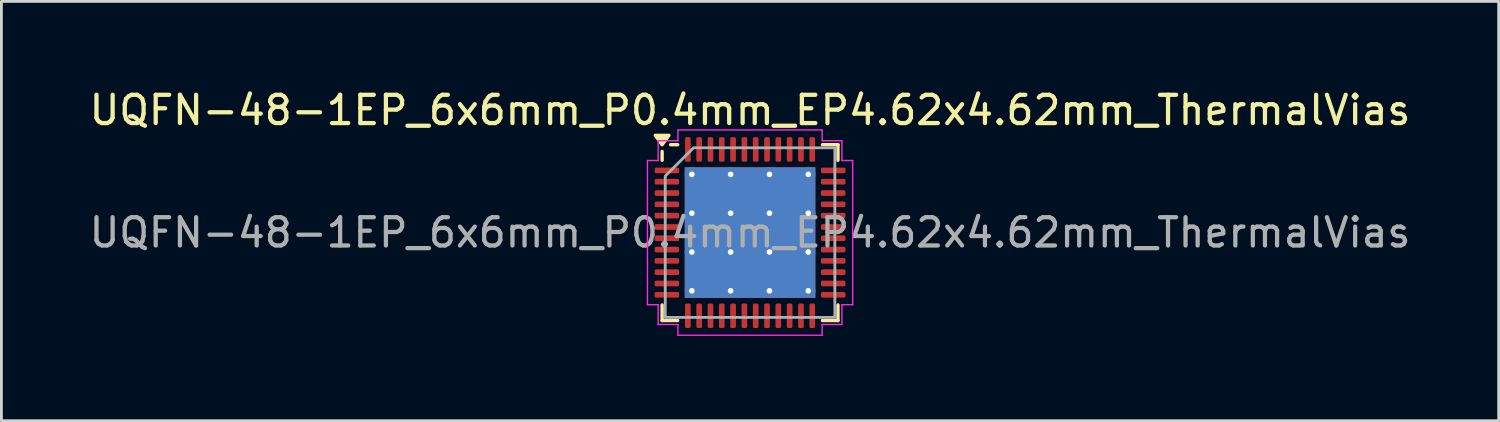
<source format=kicad_pcb>
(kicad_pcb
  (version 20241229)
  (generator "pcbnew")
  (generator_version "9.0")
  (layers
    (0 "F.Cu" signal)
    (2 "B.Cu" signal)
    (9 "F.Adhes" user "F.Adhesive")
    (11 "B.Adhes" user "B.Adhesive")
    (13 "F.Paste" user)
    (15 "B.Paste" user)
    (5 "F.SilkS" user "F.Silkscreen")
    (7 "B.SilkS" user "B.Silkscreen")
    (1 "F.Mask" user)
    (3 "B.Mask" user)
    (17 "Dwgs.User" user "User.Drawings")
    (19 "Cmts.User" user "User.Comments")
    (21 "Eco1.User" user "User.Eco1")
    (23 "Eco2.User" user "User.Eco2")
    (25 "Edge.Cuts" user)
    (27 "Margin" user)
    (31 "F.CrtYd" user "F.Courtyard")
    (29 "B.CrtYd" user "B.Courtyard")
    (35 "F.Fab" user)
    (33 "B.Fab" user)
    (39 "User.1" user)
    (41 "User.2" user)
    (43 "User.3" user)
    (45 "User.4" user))
  (footprint "UQFN-48-1EP_6x6mm_P0.4mm_EP4.62x4.62mm_ThermalVias"
    (layer "F.Cu")
    (at 23.482 5.178)
    (property "Reference" "UQFN-48-1EP_6x6mm_P0.4mm_EP4.62x4.62mm_ThermalVias" (at 0 -4.33 0) (layer "F.SilkS") (effects (font (size 1 1) (thickness 0.15))))
    (attr smd)
    (fp_line (start -3.11 -2.56) (end -3.11 -2.87) (stroke (width 0.12) (type solid)) (layer "F.SilkS"))
    (fp_line (start -3.11 3.11) (end -3.11 2.56) (stroke (width 0.12) (type solid)) (layer "F.SilkS"))
    (fp_line (start -2.56 -3.11) (end -2.81 -3.11) (stroke (width 0.12) (type solid)) (layer "F.SilkS"))
    (fp_line (start -2.56 3.11) (end -3.11 3.11) (stroke (width 0.12) (type solid)) (layer "F.SilkS"))
    (fp_line (start 2.56 -3.11) (end 3.11 -3.11) (stroke (width 0.12) (type solid)) (layer "F.SilkS"))
    (fp_line (start 2.56 3.11) (end 3.11 3.11) (stroke (width 0.12) (type solid)) (layer "F.SilkS"))
    (fp_line (start 3.11 -3.11) (end 3.11 -2.56) (stroke (width 0.12) (type solid)) (layer "F.SilkS"))
    (fp_line (start 3.11 3.11) (end 3.11 2.56) (stroke (width 0.12) (type solid)) (layer "F.SilkS"))
    (fp_poly (pts (xy -3.11 -3.11) (xy -3.35 -3.44) (xy -2.87 -3.44)) (stroke (width 0.12) (type solid)) (fill yes) (layer "F.SilkS"))
    (fp_line (start -3.63 -2.55) (end -3.25 -2.55) (stroke (width 0.05) (type solid)) (layer "F.CrtYd"))
    (fp_line (start -3.63 2.55) (end -3.63 -2.55) (stroke (width 0.05) (type solid)) (layer "F.CrtYd"))
    (fp_line (start -3.25 -3.25) (end -2.55 -3.25) (stroke (width 0.05) (type solid)) (layer "F.CrtYd"))
    (fp_line (start -3.25 -2.55) (end -3.25 -3.25) (stroke (width 0.05) (type solid)) (layer "F.CrtYd"))
    (fp_line (start -3.25 2.55) (end -3.63 2.55) (stroke (width 0.05) (type solid)) (layer "F.CrtYd"))
    (fp_line (start -3.25 3.25) (end -3.25 2.55) (stroke (width 0.05) (type solid)) (layer "F.CrtYd"))
    (fp_line (start -2.55 -3.63) (end 2.55 -3.63) (stroke (width 0.05) (type solid)) (layer "F.CrtYd"))
    (fp_line (start -2.55 -3.25) (end -2.55 -3.63) (stroke (width 0.05) (type solid)) (layer "F.CrtYd"))
    (fp_line (start -2.55 3.25) (end -3.25 3.25) (stroke (width 0.05) (type solid)) (layer "F.CrtYd"))
    (fp_line (start -2.55 3.63) (end -2.55 3.25) (stroke (width 0.05) (type solid)) (layer "F.CrtYd"))
    (fp_line (start 2.55 -3.63) (end 2.55 -3.25) (stroke (width 0.05) (type solid)) (layer "F.CrtYd"))
    (fp_line (start 2.55 -3.25) (end 3.25 -3.25) (stroke (width 0.05) (type solid)) (layer "F.CrtYd"))
    (fp_line (start 2.55 3.25) (end 2.55 3.63) (stroke (width 0.05) (type solid)) (layer "F.CrtYd"))
    (fp_line (start 2.55 3.63) (end -2.55 3.63) (stroke (width 0.05) (type solid)) (layer "F.CrtYd"))
    (fp_line (start 3.25 -3.25) (end 3.25 -2.55) (stroke (width 0.05) (type solid)) (layer "F.CrtYd"))
    (fp_line (start 3.25 -2.55) (end 3.63 -2.55) (stroke (width 0.05) (type solid)) (layer "F.CrtYd"))
    (fp_line (start 3.25 2.55) (end 3.25 3.25) (stroke (width 0.05) (type solid)) (layer "F.CrtYd"))
    (fp_line (start 3.25 3.25) (end 2.55 3.25) (stroke (width 0.05) (type solid)) (layer "F.CrtYd"))
    (fp_line (start 3.63 -2.55) (end 3.63 2.55) (stroke (width 0.05) (type solid)) (layer "F.CrtYd"))
    (fp_line (start 3.63 2.55) (end 3.25 2.55) (stroke (width 0.05) (type solid)) (layer "F.CrtYd"))
    (fp_poly (pts (xy -3 -2) (xy -3 3) (xy 3 3) (xy 3 -3) (xy -2 -3)) (stroke (width 0.1) (type solid)) (fill no) (layer "F.Fab"))
    (fp_text user "${REFERENCE}" (at 0 0 0) (layer "F.Fab") (effects (font (size 1 1) (thickness 0.15))))
    (pad "" smd roundrect (at -1.54 -1.54) (size 1.19 1.19) (layers "F.Paste") (roundrect_rratio 0.21))
    (pad "" smd roundrect (at -1.54 0) (size 1.19 1.19) (layers "F.Paste") (roundrect_rratio 0.21))
    (pad "" smd roundrect (at -1.54 1.54) (size 1.19 1.19) (layers "F.Paste") (roundrect_rratio 0.21))
    (pad "" smd roundrect (at 0 -1.54) (size 1.19 1.19) (layers "F.Paste") (roundrect_rratio 0.21))
    (pad "" smd roundrect (at 0 0) (size 1.19 1.19) (layers "F.Paste") (roundrect_rratio 0.21))
    (pad "" smd roundrect (at 0 1.54) (size 1.19 1.19) (layers "F.Paste") (roundrect_rratio 0.21))
    (pad "" smd roundrect (at 1.54 -1.54) (size 1.19 1.19) (layers "F.Paste") (roundrect_rratio 0.21))
    (pad "" smd roundrect (at 1.54 0) (size 1.19 1.19) (layers "F.Paste") (roundrect_rratio 0.21))
    (pad "" smd roundrect (at 1.54 1.54) (size 1.19 1.19) (layers "F.Paste") (roundrect_rratio 0.21))
    (pad "1" smd roundrect (at -2.942 -2.2) (size 0.865 0.2) (layers "F.Cu" "F.Mask" "F.Paste") (roundrect_rratio 0.25))
    (pad "2" smd roundrect (at -2.942 -1.8) (size 0.865 0.2) (layers "F.Cu" "F.Mask" "F.Paste") (roundrect_rratio 0.25))
    (pad "3" smd roundrect (at -2.942 -1.4) (size 0.865 0.2) (layers "F.Cu" "F.Mask" "F.Paste") (roundrect_rratio 0.25))
    (pad "4" smd roundrect (at -2.942 -1) (size 0.865 0.2) (layers "F.Cu" "F.Mask" "F.Paste") (roundrect_rratio 0.25))
    (pad "5" smd roundrect (at -2.942 -0.6) (size 0.865 0.2) (layers "F.Cu" "F.Mask" "F.Paste") (roundrect_rratio 0.25))
    (pad "6" smd roundrect (at -2.942 -0.2) (size 0.865 0.2) (layers "F.Cu" "F.Mask" "F.Paste") (roundrect_rratio 0.25))
    (pad "7" smd roundrect (at -2.942 0.2) (size 0.865 0.2) (layers "F.Cu" "F.Mask" "F.Paste") (roundrect_rratio 0.25))
    (pad "8" smd roundrect (at -2.942 0.6) (size 0.865 0.2) (layers "F.Cu" "F.Mask" "F.Paste") (roundrect_rratio 0.25))
    (pad "9" smd roundrect (at -2.942 1) (size 0.865 0.2) (layers "F.Cu" "F.Mask" "F.Paste") (roundrect_rratio 0.25))
    (pad "10" smd roundrect (at -2.942 1.4) (size 0.865 0.2) (layers "F.Cu" "F.Mask" "F.Paste") (roundrect_rratio 0.25))
    (pad "11" smd roundrect (at -2.942 1.8) (size 0.865 0.2) (layers "F.Cu" "F.Mask" "F.Paste") (roundrect_rratio 0.25))
    (pad "12" smd roundrect (at -2.942 2.2) (size 0.865 0.2) (layers "F.Cu" "F.Mask" "F.Paste") (roundrect_rratio 0.25))
    (pad "13" smd roundrect (at -2.2 2.942) (size 0.2 0.865) (layers "F.Cu" "F.Mask" "F.Paste") (roundrect_rratio 0.25))
    (pad "14" smd roundrect (at -1.8 2.942) (size 0.2 0.865) (layers "F.Cu" "F.Mask" "F.Paste") (roundrect_rratio 0.25))
    (pad "15" smd roundrect (at -1.4 2.942) (size 0.2 0.865) (layers "F.Cu" "F.Mask" "F.Paste") (roundrect_rratio 0.25))
    (pad "16" smd roundrect (at -1 2.942) (size 0.2 0.865) (layers "F.Cu" "F.Mask" "F.Paste") (roundrect_rratio 0.25))
    (pad "17" smd roundrect (at -0.6 2.942) (size 0.2 0.865) (layers "F.Cu" "F.Mask" "F.Paste") (roundrect_rratio 0.25))
    (pad "18" smd roundrect (at -0.2 2.942) (size 0.2 0.865) (layers "F.Cu" "F.Mask" "F.Paste") (roundrect_rratio 0.25))
    (pad "19" smd roundrect (at 0.2 2.942) (size 0.2 0.865) (layers "F.Cu" "F.Mask" "F.Paste") (roundrect_rratio 0.25))
    (pad "20" smd roundrect (at 0.6 2.942) (size 0.2 0.865) (layers "F.Cu" "F.Mask" "F.Paste") (roundrect_rratio 0.25))
    (pad "21" smd roundrect (at 1 2.942) (size 0.2 0.865) (layers "F.Cu" "F.Mask" "F.Paste") (roundrect_rratio 0.25))
    (pad "22" smd roundrect (at 1.4 2.942) (size 0.2 0.865) (layers "F.Cu" "F.Mask" "F.Paste") (roundrect_rratio 0.25))
    (pad "23" smd roundrect (at 1.8 2.942) (size 0.2 0.865) (layers "F.Cu" "F.Mask" "F.Paste") (roundrect_rratio 0.25))
    (pad "24" smd roundrect (at 2.2 2.942) (size 0.2 0.865) (layers "F.Cu" "F.Mask" "F.Paste") (roundrect_rratio 0.25))
    (pad "25" smd roundrect (at 2.942 2.2) (size 0.865 0.2) (layers "F.Cu" "F.Mask" "F.Paste") (roundrect_rratio 0.25))
    (pad "26" smd roundrect (at 2.942 1.8) (size 0.865 0.2) (layers "F.Cu" "F.Mask" "F.Paste") (roundrect_rratio 0.25))
    (pad "27" smd roundrect (at 2.942 1.4) (size 0.865 0.2) (layers "F.Cu" "F.Mask" "F.Paste") (roundrect_rratio 0.25))
    (pad "28" smd roundrect (at 2.942 1) (size 0.865 0.2) (layers "F.Cu" "F.Mask" "F.Paste") (roundrect_rratio 0.25))
    (pad "29" smd roundrect (at 2.942 0.6) (size 0.865 0.2) (layers "F.Cu" "F.Mask" "F.Paste") (roundrect_rratio 0.25))
    (pad "30" smd roundrect (at 2.942 0.2) (size 0.865 0.2) (layers "F.Cu" "F.Mask" "F.Paste") (roundrect_rratio 0.25))
    (pad "31" smd roundrect (at 2.942 -0.2) (size 0.865 0.2) (layers "F.Cu" "F.Mask" "F.Paste") (roundrect_rratio 0.25))
    (pad "32" smd roundrect (at 2.942 -0.6) (size 0.865 0.2) (layers "F.Cu" "F.Mask" "F.Paste") (roundrect_rratio 0.25))
    (pad "33" smd roundrect (at 2.942 -1) (size 0.865 0.2) (layers "F.Cu" "F.Mask" "F.Paste") (roundrect_rratio 0.25))
    (pad "34" smd roundrect (at 2.942 -1.4) (size 0.865 0.2) (layers "F.Cu" "F.Mask" "F.Paste") (roundrect_rratio 0.25))
    (pad "35" smd roundrect (at 2.942 -1.8) (size 0.865 0.2) (layers "F.Cu" "F.Mask" "F.Paste") (roundrect_rratio 0.25))
    (pad "36" smd roundrect (at 2.942 -2.2) (size 0.865 0.2) (layers "F.Cu" "F.Mask" "F.Paste") (roundrect_rratio 0.25))
    (pad "37" smd roundrect (at 2.2 -2.942) (size 0.2 0.865) (layers "F.Cu" "F.Mask" "F.Paste") (roundrect_rratio 0.25))
    (pad "38" smd roundrect (at 1.8 -2.942) (size 0.2 0.865) (layers "F.Cu" "F.Mask" "F.Paste") (roundrect_rratio 0.25))
    (pad "39" smd roundrect (at 1.4 -2.942) (size 0.2 0.865) (layers "F.Cu" "F.Mask" "F.Paste") (roundrect_rratio 0.25))
    (pad "40" smd roundrect (at 1 -2.942) (size 0.2 0.865) (layers "F.Cu" "F.Mask" "F.Paste") (roundrect_rratio 0.25))
    (pad "41" smd roundrect (at 0.6 -2.942) (size 0.2 0.865) (layers "F.Cu" "F.Mask" "F.Paste") (roundrect_rratio 0.25))
    (pad "42" smd roundrect (at 0.2 -2.942) (size 0.2 0.865) (layers "F.Cu" "F.Mask" "F.Paste") (roundrect_rratio 0.25))
    (pad "43" smd roundrect (at -0.2 -2.942) (size 0.2 0.865) (layers "F.Cu" "F.Mask" "F.Paste") (roundrect_rratio 0.25))
    (pad "44" smd roundrect (at -0.6 -2.942) (size 0.2 0.865) (layers "F.Cu" "F.Mask" "F.Paste") (roundrect_rratio 0.25))
    (pad "45" smd roundrect (at -1 -2.942) (size 0.2 0.865) (layers "F.Cu" "F.Mask" "F.Paste") (roundrect_rratio 0.25))
    (pad "46" smd roundrect (at -1.4 -2.942) (size 0.2 0.865) (layers "F.Cu" "F.Mask" "F.Paste") (roundrect_rratio 0.25))
    (pad "47" smd roundrect (at -1.8 -2.942) (size 0.2 0.865) (layers "F.Cu" "F.Mask" "F.Paste") (roundrect_rratio 0.25))
    (pad "48" smd roundrect (at -2.2 -2.942) (size 0.2 0.865) (layers "F.Cu" "F.Mask" "F.Paste") (roundrect_rratio 0.25))
    (pad "49" thru_hole circle (at -2.06 -2.06) (size 0.5 0.5) (drill 0.2) (property pad_prop_heatsink) (layers "*.Cu"))
    (pad "49" thru_hole circle (at -2.06 -0.687) (size 0.5 0.5) (drill 0.2) (property pad_prop_heatsink) (layers "*.Cu"))
    (pad "49" thru_hole circle (at -2.06 0.687) (size 0.5 0.5) (drill 0.2) (property pad_prop_heatsink) (layers "*.Cu"))
    (pad "49" thru_hole circle (at -2.06 2.06) (size 0.5 0.5) (drill 0.2) (property pad_prop_heatsink) (layers "*.Cu"))
    (pad "49" thru_hole circle (at -0.687 -2.06) (size 0.5 0.5) (drill 0.2) (property pad_prop_heatsink) (layers "*.Cu"))
    (pad "49" thru_hole circle (at -0.687 -0.687) (size 0.5 0.5) (drill 0.2) (property pad_prop_heatsink) (layers "*.Cu"))
    (pad "49" thru_hole circle (at -0.687 0.687) (size 0.5 0.5) (drill 0.2) (property pad_prop_heatsink) (layers "*.Cu"))
    (pad "49" thru_hole circle (at -0.687 2.06) (size 0.5 0.5) (drill 0.2) (property pad_prop_heatsink) (layers "*.Cu"))
    (pad "49" smd rect (at 0 0) (size 4.62 4.62) (property pad_prop_heatsink) (layers "F.Cu" "F.Mask"))
    (pad "49" smd rect (at 0 0) (size 4.62 4.62) (property pad_prop_heatsink) (layers "B.Cu"))
    (pad "49" thru_hole circle (at 0.687 -2.06) (size 0.5 0.5) (drill 0.2) (property pad_prop_heatsink) (layers "*.Cu"))
    (pad "49" thru_hole circle (at 0.687 -0.687) (size 0.5 0.5) (drill 0.2) (property pad_prop_heatsink) (layers "*.Cu"))
    (pad "49" thru_hole circle (at 0.687 0.687) (size 0.5 0.5) (drill 0.2) (property pad_prop_heatsink) (layers "*.Cu"))
    (pad "49" thru_hole circle (at 0.687 2.06) (size 0.5 0.5) (drill 0.2) (property pad_prop_heatsink) (layers "*.Cu"))
    (pad "49" thru_hole circle (at 2.06 -2.06) (size 0.5 0.5) (drill 0.2) (property pad_prop_heatsink) (layers "*.Cu"))
    (pad "49" thru_hole circle (at 2.06 -0.687) (size 0.5 0.5) (drill 0.2) (property pad_prop_heatsink) (layers "*.Cu"))
    (pad "49" thru_hole circle (at 2.06 0.687) (size 0.5 0.5) (drill 0.2) (property pad_prop_heatsink) (layers "*.Cu"))
    (pad "49" thru_hole circle (at 2.06 2.06) (size 0.5 0.5) (drill 0.2) (property pad_prop_heatsink) (layers "*.Cu")))
  (gr_rect
    (start -3 -3)
    (end 49.964 11.833)
    (stroke (width 0.1) (type default))
    (fill no)
    (layer "Edge.Cuts")))
</source>
